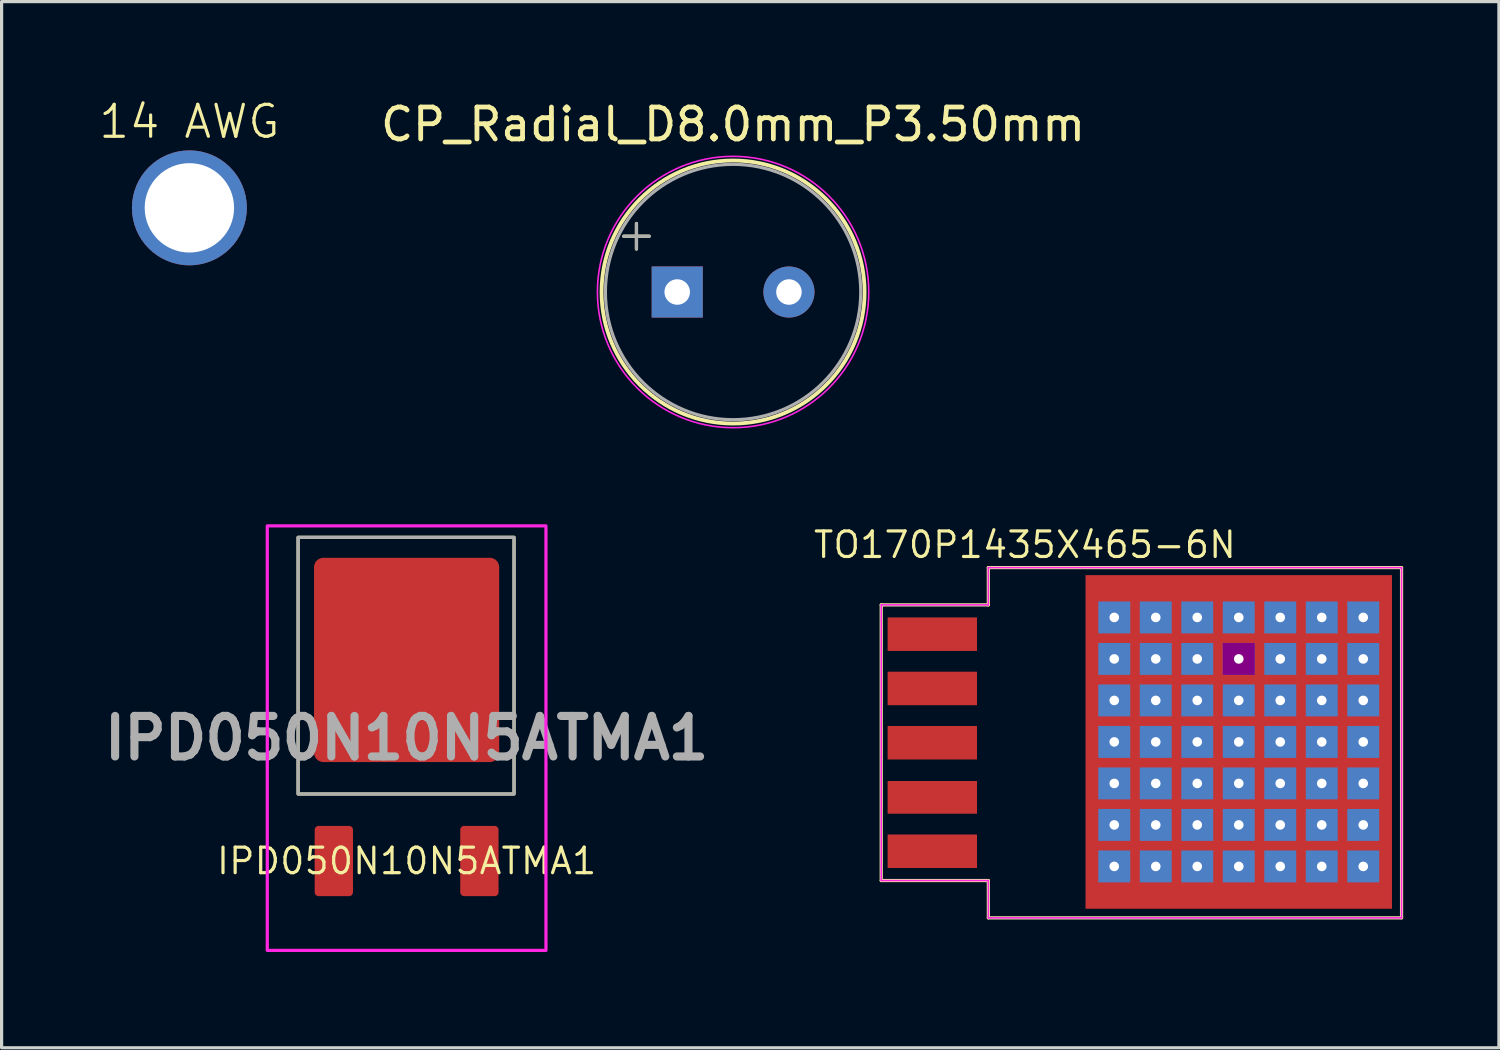
<source format=kicad_pcb>
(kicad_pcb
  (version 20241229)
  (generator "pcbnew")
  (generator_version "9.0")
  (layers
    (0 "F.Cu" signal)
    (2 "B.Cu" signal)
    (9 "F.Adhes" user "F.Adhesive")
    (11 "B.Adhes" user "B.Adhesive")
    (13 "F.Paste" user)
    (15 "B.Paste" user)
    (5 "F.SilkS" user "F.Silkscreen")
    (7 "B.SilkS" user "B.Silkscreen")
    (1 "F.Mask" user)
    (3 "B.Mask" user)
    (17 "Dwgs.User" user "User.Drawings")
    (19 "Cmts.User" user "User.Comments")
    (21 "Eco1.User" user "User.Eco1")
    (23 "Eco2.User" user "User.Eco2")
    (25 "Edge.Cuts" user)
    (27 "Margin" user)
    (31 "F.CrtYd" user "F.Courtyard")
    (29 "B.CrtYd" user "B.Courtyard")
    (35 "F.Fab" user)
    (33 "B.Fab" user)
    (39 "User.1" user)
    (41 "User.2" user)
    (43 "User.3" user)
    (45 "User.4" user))
  (footprint "CP_Radial_D8.0mm_P3.50mm"
    (layer "F.Cu")
    (at 19.915 6.098)
    (property "Reference" "CP_Radial_D8.0mm_P3.50mm" (at 0 -5.25 0) (layer "F.SilkS") (effects (font (size 1 1) (thickness 0.15))))
    (attr through_hole)
    (fp_line (start -3.427 -1.748) (end -2.627 -1.748) (stroke (width 0.1) (type solid)) (layer "F.SilkS"))
    (fp_line (start -3.027 -2.147) (end -3.027 -1.347) (stroke (width 0.1) (type solid)) (layer "F.SilkS"))
    (fp_circle (center 0 0) (end 4.12 0) (stroke (width 0.12) (type solid)) (fill no) (layer "F.SilkS"))
    (fp_circle (center 0 0) (end 4.25 0) (stroke (width 0.05) (type solid)) (fill no) (layer "F.CrtYd"))
    (fp_line (start -3.427 -1.748) (end -2.627 -1.748) (stroke (width 0.1) (type solid)) (layer "F.Fab"))
    (fp_line (start -3.027 -2.147) (end -3.027 -1.347) (stroke (width 0.1) (type solid)) (layer "F.Fab"))
    (fp_circle (center 0 0) (end 4 0) (stroke (width 0.1) (type solid)) (fill no) (layer "F.Fab"))
    (pad "1" thru_hole rect (at -1.75 0) (size 1.6 1.6) (drill 0.8) (layers "*.Cu" "*.Mask"))
    (pad "2" thru_hole circle (at 1.75 0) (size 1.6 1.6) (drill 0.8) (layers "*.Cu" "*.Mask")))
  (footprint "14 AWG"
    (layer "F.Cu")
    (at 2.883 3.461)
    (property "Reference" "14 AWG" (at 0 -2.7 0) (unlocked yes) (layer "F.SilkS") (effects (font (size 1 1) (thickness 0.1))))
    (attr through_hole)
    (pad "1" thru_hole circle (at 0 0) (size 3.6 3.6) (drill 2.8) (layers "*.Cu" "*.Mask" "Eco1.User")))
  (footprint "IPD050N10N5ATMA1"
    (layer "F.Cu")
    (at 9.688 17.623)
    (property "Reference" "IPD050N10N5ATMA1" (at 0 6.3 180) (layer "F.SilkS") (effects (font (size 0.8 0.8) (thickness 0.1))))
    (attr smd)
    (fp_rect (start -3.4 -3.84) (end 3.365 4.2) (stroke (width 0.1) (type default)) (fill no) (layer "F.SilkS"))
    (fp_rect (start -4.365 -4.2) (end 4.365 9.1) (stroke (width 0.1) (type solid)) (fill no) (layer "F.CrtYd"))
    (fp_rect (start -3.4 -3.84) (end 3.365 4.2) (stroke (width 0.1) (type default)) (fill no) (layer "F.Fab"))
    (fp_text user "${REFERENCE}" (at 0 2.45 0) (layer "F.Fab") (effects (font (size 1.27 1.27) (thickness 0.254))))
    (pad "1" smd roundrect (at -2.28 6.3) (size 1.2 2.2) (layers "F.Cu" "F.Mask" "F.Paste") (roundrect_rratio 0.1))
    (pad "2" smd roundrect (at 0 0) (size 5.8 6.4) (layers "F.Cu" "F.Mask" "F.Paste") (roundrect_rratio 0.05))
    (pad "3" smd roundrect (at 2.28 6.3) (size 1.2 2.2) (layers "F.Cu" "F.Mask" "F.Paste") (roundrect_rratio 0.1)))
  (footprint "TO170P1435X465-6N"
    (layer "F.Cu")
    (at 32.356 20.217)
    (property "Reference" "TO170P1435X465-6N" (at -3.3 -6.2 0) (layer "F.SilkS") (effects (font (size 0.8 0.8) (thickness 0.1))))
    (attr smd)
    (fp_line (start -7.8 4.318) (end -7.8 -4.318) (stroke (width 0.1) (type default)) (layer "F.SilkS"))
    (fp_line (start -4.445 -5.486) (end -4.445 -4.318) (stroke (width 0.1) (type solid)) (layer "F.SilkS"))
    (fp_line (start -4.445 -4.318) (end -7.8 -4.318) (stroke (width 0.1) (type default)) (layer "F.SilkS"))
    (fp_line (start -4.445 4.318) (end -7.8 4.318) (stroke (width 0.1) (type default)) (layer "F.SilkS"))
    (fp_line (start -4.445 4.318) (end -4.444 5.486) (stroke (width 0.1) (type solid)) (layer "F.SilkS"))
    (fp_line (start 8.5 -5.486) (end -4.445 -5.486) (stroke (width 0.1) (type solid)) (layer "F.SilkS"))
    (fp_line (start 8.5 5.486) (end -4.444 5.486) (stroke (width 0.1) (type solid)) (layer "F.SilkS"))
    (fp_line (start 8.5 5.486) (end 8.5 -5.486) (stroke (width 0.1) (type solid)) (layer "F.SilkS"))
    (fp_line (start -7.8 -4.318) (end -7.8 4.318) (stroke (width 0.05) (type default)) (layer "F.CrtYd"))
    (fp_line (start -4.445 -5.486) (end -4.445 -4.318) (stroke (width 0.05) (type default)) (layer "F.CrtYd"))
    (fp_line (start -4.445 -5.486) (end 8.5 -5.486) (stroke (width 0.05) (type default)) (layer "F.CrtYd"))
    (fp_line (start -4.445 -4.318) (end -7.8 -4.318) (stroke (width 0.05) (type default)) (layer "F.CrtYd"))
    (fp_line (start -4.445 4.318) (end -7.8 4.318) (stroke (width 0.05) (type default)) (layer "F.CrtYd"))
    (fp_line (start -4.444 4.318) (end -4.444 5.486) (stroke (width 0.05) (type default)) (layer "F.CrtYd"))
    (fp_line (start -4.444 5.486) (end 8.5 5.486) (stroke (width 0.05) (type default)) (layer "F.CrtYd"))
    (fp_line (start 8.5 -5.486) (end 8.5 5.486) (stroke (width 0.05) (type default)) (layer "F.CrtYd"))
    (pad "1" smd rect (at -6.2 -3.4 90) (size 1.05 2.8) (layers "F.Cu" "F.Mask" "F.Paste"))
    (pad "2" smd rect (at -6.2 -1.7 90) (size 1.05 2.8) (layers "F.Cu" "F.Mask" "F.Paste"))
    (pad "3" smd rect (at -6.2 0 90) (size 1.05 2.8) (layers "F.Cu" "F.Mask" "F.Paste"))
    (pad "4" smd rect (at -6.2 1.712 90) (size 1.025 2.8) (layers "F.Cu" "F.Mask" "F.Paste"))
    (pad "5" smd rect (at -6.2 3.4 90) (size 1.05 2.8) (layers "F.Cu" "F.Mask" "F.Paste"))
    (pad "6" thru_hole rect (at -0.5 -3.925) (size 1 1) (drill 0.3) (layers "*.Cu" "*.Mask"))
    (pad "6" thru_hole rect (at -0.5 -2.625) (size 1 1) (drill 0.3) (layers "*.Cu" "*.Mask" "Eco2.User"))
    (pad "6" thru_hole rect (at -0.5 -1.325) (size 1 1) (drill 0.3) (layers "*.Cu" "*.Mask"))
    (pad "6" thru_hole rect (at -0.5 -0.025) (size 1 1) (drill 0.3) (layers "*.Cu" "*.Mask"))
    (pad "6" thru_hole rect (at -0.5 1.275) (size 1 1) (drill 0.3) (layers "*.Cu" "*.Mask"))
    (pad "6" thru_hole rect (at -0.5 2.575) (size 1 1) (drill 0.3) (layers "*.Cu" "*.Mask"))
    (pad "6" thru_hole rect (at -0.5 3.875) (size 1 1) (drill 0.3) (layers "*.Cu" "*.Mask"))
    (pad "6" thru_hole rect (at 0.8 -3.925) (size 1 1) (drill 0.3) (layers "*.Cu" "*.Mask"))
    (pad "6" thru_hole rect (at 0.8 -2.625) (size 1 1) (drill 0.3) (layers "*.Cu" "*.Mask"))
    (pad "6" thru_hole rect (at 0.8 -1.325) (size 1 1) (drill 0.3) (layers "*.Cu" "*.Mask"))
    (pad "6" thru_hole rect (at 0.8 -0.025) (size 1 1) (drill 0.3) (layers "*.Cu" "*.Mask"))
    (pad "6" thru_hole rect (at 0.8 1.275) (size 1 1) (drill 0.3) (layers "*.Cu" "*.Mask"))
    (pad "6" thru_hole rect (at 0.8 2.575) (size 1 1) (drill 0.3) (layers "*.Cu" "*.Mask"))
    (pad "6" thru_hole rect (at 0.8 3.875) (size 1 1) (drill 0.3) (layers "*.Cu" "*.Mask"))
    (pad "6" thru_hole rect (at 2.1 -3.925) (size 1 1) (drill 0.3) (layers "*.Cu" "*.Mask"))
    (pad "6" thru_hole rect (at 2.1 -2.625) (size 1 1) (drill 0.3) (layers "*.Cu" "*.Mask"))
    (pad "6" thru_hole rect (at 2.1 -1.325) (size 1 1) (drill 0.3) (layers "*.Cu" "*.Mask"))
    (pad "6" thru_hole rect (at 2.1 -0.025) (size 1 1) (drill 0.3) (layers "*.Cu" "B.Mask"))
    (pad "6" thru_hole rect (at 2.1 1.275) (size 1 1) (drill 0.3) (layers "*.Cu" "*.Mask"))
    (pad "6" thru_hole rect (at 2.1 2.575) (size 1 1) (drill 0.3) (layers "*.Cu" "*.Mask"))
    (pad "6" thru_hole rect (at 2.1 3.875) (size 1 1) (drill 0.3) (layers "*.Cu" "*.Mask"))
    (pad "6" thru_hole rect (at 3.4 -3.925) (size 1 1) (drill 0.3) (layers "*.Cu" "*.Mask"))
    (pad "6" thru_hole rect (at 3.4 -2.625) (size 1 1) (drill 0.3) (layers "*.Cu" "*.Mask" "F.Adhes"))
    (pad "6" thru_hole rect (at 3.4 -1.325) (size 1 1) (drill 0.3) (layers "*.Cu" "*.Mask"))
    (pad "6" thru_hole rect (at 3.4 -0.025) (size 1 1) (drill 0.3) (layers "*.Cu" "*.Mask"))
    (pad "6" smd rect (at 3.4 -0.025 90) (size 10.45 9.6) (layers "F.Cu" "F.Mask" "F.Paste"))
    (pad "6" thru_hole rect (at 3.4 1.275) (size 1 1) (drill 0.3) (layers "*.Cu" "*.Mask"))
    (pad "6" thru_hole rect (at 3.4 2.575) (size 1 1) (drill 0.3) (layers "*.Cu" "*.Mask"))
    (pad "6" thru_hole rect (at 3.4 3.875) (size 1 1) (drill 0.3) (layers "*.Cu" "*.Mask"))
    (pad "6" thru_hole rect (at 4.7 -3.925) (size 1 1) (drill 0.3) (layers "*.Cu" "*.Mask"))
    (pad "6" thru_hole rect (at 4.7 -2.625) (size 1 1) (drill 0.3) (layers "*.Cu" "*.Mask"))
    (pad "6" thru_hole rect (at 4.7 -1.325) (size 1 1) (drill 0.3) (layers "*.Cu" "*.Mask"))
    (pad "6" thru_hole rect (at 4.7 -0.025) (size 1 1) (drill 0.3) (layers "*.Cu" "*.Mask"))
    (pad "6" thru_hole rect (at 4.7 1.275) (size 1 1) (drill 0.3) (layers "*.Cu" "*.Mask"))
    (pad "6" thru_hole rect (at 4.7 2.575) (size 1 1) (drill 0.3) (layers "*.Cu" "*.Mask"))
    (pad "6" thru_hole rect (at 4.7 3.875) (size 1 1) (drill 0.3) (layers "*.Cu" "*.Mask"))
    (pad "6" thru_hole rect (at 6 -3.925) (size 1 1) (drill 0.3) (layers "*.Cu" "*.Mask"))
    (pad "6" thru_hole rect (at 6 -2.625) (size 1 1) (drill 0.3) (layers "*.Cu" "*.Mask"))
    (pad "6" thru_hole rect (at 6 -1.325) (size 1 1) (drill 0.3) (layers "*.Cu" "*.Mask"))
    (pad "6" thru_hole rect (at 6 -0.025) (size 1 1) (drill 0.3) (layers "*.Cu" "*.Mask"))
    (pad "6" thru_hole rect (at 6 1.275) (size 1 1) (drill 0.3) (layers "*.Cu" "*.Mask"))
    (pad "6" thru_hole rect (at 6 2.575) (size 1 1) (drill 0.3) (layers "*.Cu" "*.Mask"))
    (pad "6" thru_hole rect (at 6 3.875) (size 1 1) (drill 0.3) (layers "*.Cu" "*.Mask"))
    (pad "6" thru_hole rect (at 7.3 -3.925) (size 1 1) (drill 0.3) (layers "*.Cu" "*.Mask"))
    (pad "6" thru_hole rect (at 7.3 -2.625) (size 1 1) (drill 0.3) (layers "*.Cu" "*.Mask"))
    (pad "6" thru_hole rect (at 7.3 -1.325) (size 1 1) (drill 0.3) (layers "*.Cu" "*.Mask"))
    (pad "6" thru_hole rect (at 7.3 -0.025) (size 1 1) (drill 0.3) (layers "*.Cu" "*.Mask"))
    (pad "6" thru_hole rect (at 7.3 1.275) (size 1 1) (drill 0.3) (layers "*.Cu" "*.Mask"))
    (pad "6" thru_hole rect (at 7.3 2.575) (size 1 1) (drill 0.3) (layers "*.Cu" "*.Mask"))
    (pad "6" thru_hole rect (at 7.3 3.875) (size 1 1) (drill 0.3) (layers "*.Cu" "*.Mask")))
  (gr_rect
    (start -3 -3)
    (end 43.906 29.773)
    (stroke (width 0.1) (type default))
    (fill no)
    (layer "Edge.Cuts")))
</source>
